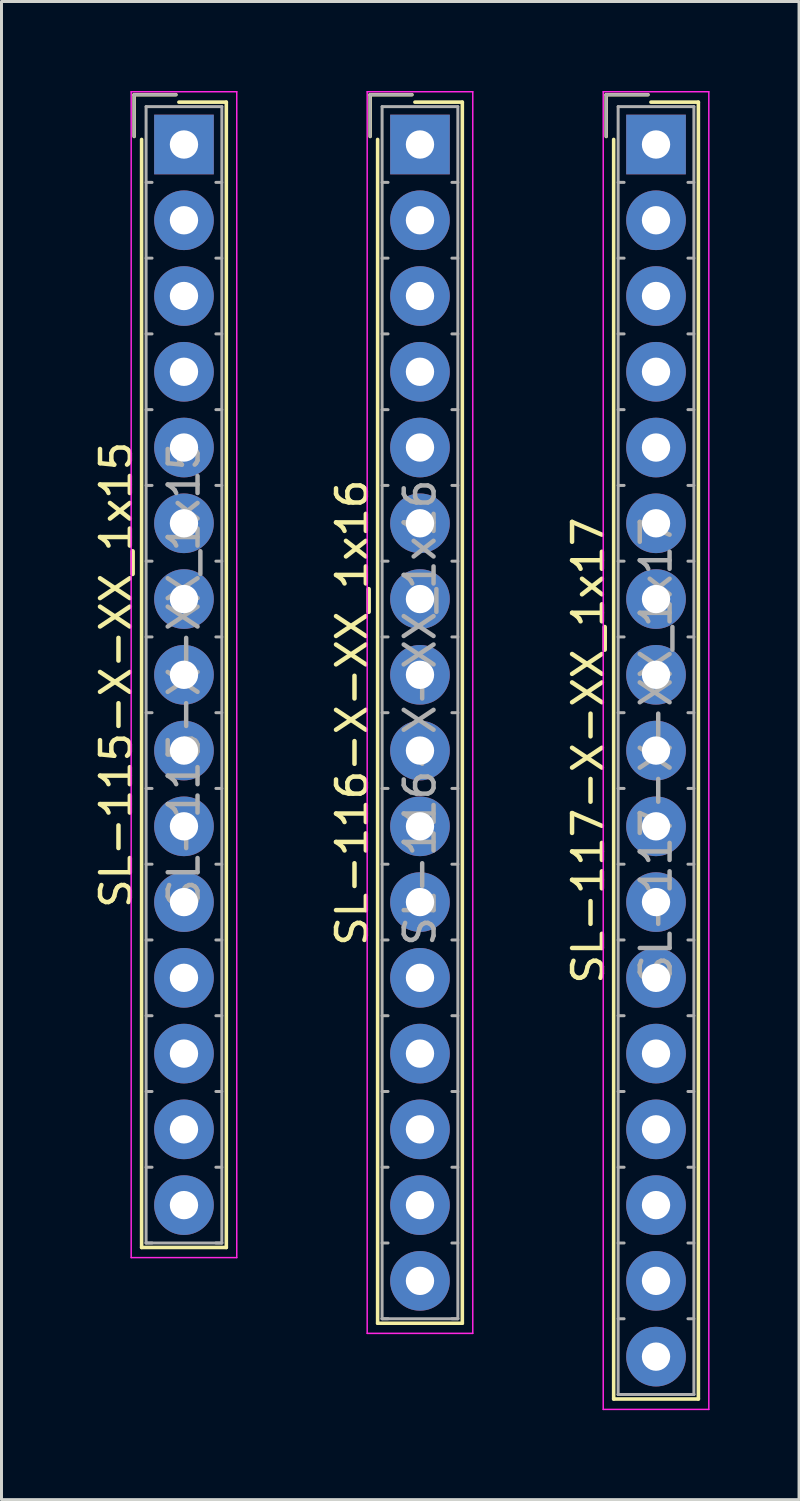
<source format=kicad_pcb>
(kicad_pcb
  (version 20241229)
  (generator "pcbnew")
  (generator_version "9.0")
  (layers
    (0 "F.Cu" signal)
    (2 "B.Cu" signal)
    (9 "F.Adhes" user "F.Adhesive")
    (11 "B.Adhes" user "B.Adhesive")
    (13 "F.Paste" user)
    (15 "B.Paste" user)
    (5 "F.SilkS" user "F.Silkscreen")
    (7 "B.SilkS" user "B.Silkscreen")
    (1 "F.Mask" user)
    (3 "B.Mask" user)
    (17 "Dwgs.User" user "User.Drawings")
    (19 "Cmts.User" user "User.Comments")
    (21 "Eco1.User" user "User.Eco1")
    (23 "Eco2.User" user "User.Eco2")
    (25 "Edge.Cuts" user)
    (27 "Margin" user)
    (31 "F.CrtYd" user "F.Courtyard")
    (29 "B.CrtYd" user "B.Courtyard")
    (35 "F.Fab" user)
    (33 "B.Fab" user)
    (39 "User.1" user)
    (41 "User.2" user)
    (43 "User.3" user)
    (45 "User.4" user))
  (footprint "SL-115-X-XX_1x15"
    (layer "F.Cu")
    (at 3.118 1.795)
    (property "Reference" "SL-115-X-XX_1x15" (at -2.27 17.78 90) (layer "F.SilkS") (effects (font (size 1 1) (thickness 0.15))))
    (attr through_hole)
    (fp_line (start -1.67 -1.67) (end -1.67 -0.27) (stroke (width 0.12) (type solid)) (layer "F.SilkS"))
    (fp_line (start -1.42 36.98) (end -1.42 -0.17) (stroke (width 0.12) (type solid)) (layer "F.SilkS"))
    (fp_line (start -0.27 -1.67) (end -1.67 -1.67) (stroke (width 0.12) (type solid)) (layer "F.SilkS"))
    (fp_line (start -0.17 -1.42) (end 1.42 -1.42) (stroke (width 0.12) (type solid)) (layer "F.SilkS"))
    (fp_line (start 1.42 -1.42) (end 1.42 36.98) (stroke (width 0.12) (type solid)) (layer "F.SilkS"))
    (fp_line (start 1.42 36.98) (end -1.42 36.98) (stroke (width 0.12) (type solid)) (layer "F.SilkS"))
    (fp_line (start -1.77 -1.77) (end -1.77 37.32) (stroke (width 0.05) (type solid)) (layer "F.CrtYd"))
    (fp_line (start -1.77 37.32) (end 1.77 37.32) (stroke (width 0.05) (type solid)) (layer "F.CrtYd"))
    (fp_line (start 1.77 -1.77) (end -1.77 -1.77) (stroke (width 0.05) (type solid)) (layer "F.CrtYd"))
    (fp_line (start 1.77 37.32) (end 1.77 -1.77) (stroke (width 0.05) (type solid)) (layer "F.CrtYd"))
    (fp_line (start -1.67 -1.67) (end -1.67 -0.27) (stroke (width 0.1) (type solid)) (layer "F.Fab"))
    (fp_line (start -1.27 -1.27) (end -1.27 36.83) (stroke (width 0.1) (type solid)) (layer "F.Fab"))
    (fp_line (start -1.27 1.27) (end -1.07 1.27) (stroke (width 0.1) (type solid)) (layer "F.Fab"))
    (fp_line (start -1.27 3.81) (end -1.07 3.81) (stroke (width 0.1) (type solid)) (layer "F.Fab"))
    (fp_line (start -1.27 6.35) (end -1.07 6.35) (stroke (width 0.1) (type solid)) (layer "F.Fab"))
    (fp_line (start -1.27 8.89) (end -1.07 8.89) (stroke (width 0.1) (type solid)) (layer "F.Fab"))
    (fp_line (start -1.27 11.43) (end -1.07 11.43) (stroke (width 0.1) (type solid)) (layer "F.Fab"))
    (fp_line (start -1.27 13.97) (end -1.07 13.97) (stroke (width 0.1) (type solid)) (layer "F.Fab"))
    (fp_line (start -1.27 16.51) (end -1.07 16.51) (stroke (width 0.1) (type solid)) (layer "F.Fab"))
    (fp_line (start -1.27 19.05) (end -1.07 19.05) (stroke (width 0.1) (type solid)) (layer "F.Fab"))
    (fp_line (start -1.27 21.59) (end -1.07 21.59) (stroke (width 0.1) (type solid)) (layer "F.Fab"))
    (fp_line (start -1.27 24.13) (end -1.07 24.13) (stroke (width 0.1) (type solid)) (layer "F.Fab"))
    (fp_line (start -1.27 26.67) (end -1.07 26.67) (stroke (width 0.1) (type solid)) (layer "F.Fab"))
    (fp_line (start -1.27 29.21) (end -1.07 29.21) (stroke (width 0.1) (type solid)) (layer "F.Fab"))
    (fp_line (start -1.27 31.75) (end -1.07 31.75) (stroke (width 0.1) (type solid)) (layer "F.Fab"))
    (fp_line (start -1.27 34.29) (end -1.07 34.29) (stroke (width 0.1) (type solid)) (layer "F.Fab"))
    (fp_line (start -1.27 36.83) (end -1.07 36.83) (stroke (width 0.1) (type solid)) (layer "F.Fab"))
    (fp_line (start -1.27 36.83) (end 1.27 36.83) (stroke (width 0.1) (type solid)) (layer "F.Fab"))
    (fp_line (start -0.27 -1.67) (end -1.67 -1.67) (stroke (width 0.1) (type solid)) (layer "F.Fab"))
    (fp_line (start 1.27 -1.27) (end -1.27 -1.27) (stroke (width 0.1) (type solid)) (layer "F.Fab"))
    (fp_line (start 1.27 1.27) (end 1.07 1.27) (stroke (width 0.1) (type solid)) (layer "F.Fab"))
    (fp_line (start 1.27 3.81) (end 1.07 3.81) (stroke (width 0.1) (type solid)) (layer "F.Fab"))
    (fp_line (start 1.27 6.35) (end 1.07 6.35) (stroke (width 0.1) (type solid)) (layer "F.Fab"))
    (fp_line (start 1.27 8.89) (end 1.07 8.89) (stroke (width 0.1) (type solid)) (layer "F.Fab"))
    (fp_line (start 1.27 11.43) (end 1.07 11.43) (stroke (width 0.1) (type solid)) (layer "F.Fab"))
    (fp_line (start 1.27 13.97) (end 1.07 13.97) (stroke (width 0.1) (type solid)) (layer "F.Fab"))
    (fp_line (start 1.27 16.51) (end 1.07 16.51) (stroke (width 0.1) (type solid)) (layer "F.Fab"))
    (fp_line (start 1.27 19.05) (end 1.07 19.05) (stroke (width 0.1) (type solid)) (layer "F.Fab"))
    (fp_line (start 1.27 21.59) (end 1.07 21.59) (stroke (width 0.1) (type solid)) (layer "F.Fab"))
    (fp_line (start 1.27 24.13) (end 1.07 24.13) (stroke (width 0.1) (type solid)) (layer "F.Fab"))
    (fp_line (start 1.27 26.67) (end 1.07 26.67) (stroke (width 0.1) (type solid)) (layer "F.Fab"))
    (fp_line (start 1.27 29.21) (end 1.07 29.21) (stroke (width 0.1) (type solid)) (layer "F.Fab"))
    (fp_line (start 1.27 31.75) (end 1.07 31.75) (stroke (width 0.1) (type solid)) (layer "F.Fab"))
    (fp_line (start 1.27 34.29) (end 1.07 34.29) (stroke (width 0.1) (type solid)) (layer "F.Fab"))
    (fp_line (start 1.27 36.83) (end 1.07 36.83) (stroke (width 0.1) (type solid)) (layer "F.Fab"))
    (fp_line (start 1.27 36.83) (end 1.27 -1.27) (stroke (width 0.1) (type solid)) (layer "F.Fab"))
    (fp_text user "${REFERENCE}" (at 0 17.78 90) (layer "F.Fab") (effects (font (size 1 1) (thickness 0.15))))
    (pad "1" thru_hole rect (at 0 0) (size 2 2) (drill 0.95) (layers "*.Cu" "*.Mask"))
    (pad "2" thru_hole circle (at 0 2.54) (size 2 2) (drill 0.95) (layers "*.Cu" "*.Mask"))
    (pad "3" thru_hole circle (at 0 5.08) (size 2 2) (drill 0.95) (layers "*.Cu" "*.Mask"))
    (pad "4" thru_hole circle (at 0 7.62) (size 2 2) (drill 0.95) (layers "*.Cu" "*.Mask"))
    (pad "5" thru_hole circle (at 0 10.16) (size 2 2) (drill 0.95) (layers "*.Cu" "*.Mask"))
    (pad "6" thru_hole circle (at 0 12.7) (size 2 2) (drill 0.95) (layers "*.Cu" "*.Mask"))
    (pad "7" thru_hole circle (at 0 15.24) (size 2 2) (drill 0.95) (layers "*.Cu" "*.Mask"))
    (pad "8" thru_hole circle (at 0 17.78) (size 2 2) (drill 0.95) (layers "*.Cu" "*.Mask"))
    (pad "9" thru_hole circle (at 0 20.32) (size 2 2) (drill 0.95) (layers "*.Cu" "*.Mask"))
    (pad "10" thru_hole circle (at 0 22.86) (size 2 2) (drill 0.95) (layers "*.Cu" "*.Mask"))
    (pad "11" thru_hole circle (at 0 25.4) (size 2 2) (drill 0.95) (layers "*.Cu" "*.Mask"))
    (pad "12" thru_hole circle (at 0 27.94) (size 2 2) (drill 0.95) (layers "*.Cu" "*.Mask"))
    (pad "13" thru_hole circle (at 0 30.48) (size 2 2) (drill 0.95) (layers "*.Cu" "*.Mask"))
    (pad "14" thru_hole circle (at 0 33.02) (size 2 2) (drill 0.95) (layers "*.Cu" "*.Mask"))
    (pad "15" thru_hole circle (at 0 35.56) (size 2 2) (drill 0.95) (layers "*.Cu" "*.Mask")))
  (footprint "SL-116-X-XX_1x16"
    (layer "F.Cu")
    (at 11.031 1.795)
    (property "Reference" "SL-116-X-XX_1x16" (at -2.27 19.05 90) (layer "F.SilkS") (effects (font (size 1 1) (thickness 0.15))))
    (attr through_hole)
    (fp_line (start -1.67 -1.67) (end -1.67 -0.27) (stroke (width 0.12) (type solid)) (layer "F.SilkS"))
    (fp_line (start -1.42 39.52) (end -1.42 -0.17) (stroke (width 0.12) (type solid)) (layer "F.SilkS"))
    (fp_line (start -0.27 -1.67) (end -1.67 -1.67) (stroke (width 0.12) (type solid)) (layer "F.SilkS"))
    (fp_line (start -0.17 -1.42) (end 1.42 -1.42) (stroke (width 0.12) (type solid)) (layer "F.SilkS"))
    (fp_line (start 1.42 -1.42) (end 1.42 39.52) (stroke (width 0.12) (type solid)) (layer "F.SilkS"))
    (fp_line (start 1.42 39.52) (end -1.42 39.52) (stroke (width 0.12) (type solid)) (layer "F.SilkS"))
    (fp_line (start -1.77 -1.77) (end -1.77 39.86) (stroke (width 0.05) (type solid)) (layer "F.CrtYd"))
    (fp_line (start -1.77 39.86) (end 1.77 39.86) (stroke (width 0.05) (type solid)) (layer "F.CrtYd"))
    (fp_line (start 1.77 -1.77) (end -1.77 -1.77) (stroke (width 0.05) (type solid)) (layer "F.CrtYd"))
    (fp_line (start 1.77 39.86) (end 1.77 -1.77) (stroke (width 0.05) (type solid)) (layer "F.CrtYd"))
    (fp_line (start -1.67 -1.67) (end -1.67 -0.27) (stroke (width 0.1) (type solid)) (layer "F.Fab"))
    (fp_line (start -1.27 -1.27) (end -1.27 39.37) (stroke (width 0.1) (type solid)) (layer "F.Fab"))
    (fp_line (start -1.27 1.27) (end -1.07 1.27) (stroke (width 0.1) (type solid)) (layer "F.Fab"))
    (fp_line (start -1.27 3.81) (end -1.07 3.81) (stroke (width 0.1) (type solid)) (layer "F.Fab"))
    (fp_line (start -1.27 6.35) (end -1.07 6.35) (stroke (width 0.1) (type solid)) (layer "F.Fab"))
    (fp_line (start -1.27 8.89) (end -1.07 8.89) (stroke (width 0.1) (type solid)) (layer "F.Fab"))
    (fp_line (start -1.27 11.43) (end -1.07 11.43) (stroke (width 0.1) (type solid)) (layer "F.Fab"))
    (fp_line (start -1.27 13.97) (end -1.07 13.97) (stroke (width 0.1) (type solid)) (layer "F.Fab"))
    (fp_line (start -1.27 16.51) (end -1.07 16.51) (stroke (width 0.1) (type solid)) (layer "F.Fab"))
    (fp_line (start -1.27 19.05) (end -1.07 19.05) (stroke (width 0.1) (type solid)) (layer "F.Fab"))
    (fp_line (start -1.27 21.59) (end -1.07 21.59) (stroke (width 0.1) (type solid)) (layer "F.Fab"))
    (fp_line (start -1.27 24.13) (end -1.07 24.13) (stroke (width 0.1) (type solid)) (layer "F.Fab"))
    (fp_line (start -1.27 26.67) (end -1.07 26.67) (stroke (width 0.1) (type solid)) (layer "F.Fab"))
    (fp_line (start -1.27 29.21) (end -1.07 29.21) (stroke (width 0.1) (type solid)) (layer "F.Fab"))
    (fp_line (start -1.27 31.75) (end -1.07 31.75) (stroke (width 0.1) (type solid)) (layer "F.Fab"))
    (fp_line (start -1.27 34.29) (end -1.07 34.29) (stroke (width 0.1) (type solid)) (layer "F.Fab"))
    (fp_line (start -1.27 36.83) (end -1.07 36.83) (stroke (width 0.1) (type solid)) (layer "F.Fab"))
    (fp_line (start -1.27 39.37) (end -1.07 39.37) (stroke (width 0.1) (type solid)) (layer "F.Fab"))
    (fp_line (start -1.27 39.37) (end 1.27 39.37) (stroke (width 0.1) (type solid)) (layer "F.Fab"))
    (fp_line (start -0.27 -1.67) (end -1.67 -1.67) (stroke (width 0.1) (type solid)) (layer "F.Fab"))
    (fp_line (start 1.27 -1.27) (end -1.27 -1.27) (stroke (width 0.1) (type solid)) (layer "F.Fab"))
    (fp_line (start 1.27 1.27) (end 1.07 1.27) (stroke (width 0.1) (type solid)) (layer "F.Fab"))
    (fp_line (start 1.27 3.81) (end 1.07 3.81) (stroke (width 0.1) (type solid)) (layer "F.Fab"))
    (fp_line (start 1.27 6.35) (end 1.07 6.35) (stroke (width 0.1) (type solid)) (layer "F.Fab"))
    (fp_line (start 1.27 8.89) (end 1.07 8.89) (stroke (width 0.1) (type solid)) (layer "F.Fab"))
    (fp_line (start 1.27 11.43) (end 1.07 11.43) (stroke (width 0.1) (type solid)) (layer "F.Fab"))
    (fp_line (start 1.27 13.97) (end 1.07 13.97) (stroke (width 0.1) (type solid)) (layer "F.Fab"))
    (fp_line (start 1.27 16.51) (end 1.07 16.51) (stroke (width 0.1) (type solid)) (layer "F.Fab"))
    (fp_line (start 1.27 19.05) (end 1.07 19.05) (stroke (width 0.1) (type solid)) (layer "F.Fab"))
    (fp_line (start 1.27 21.59) (end 1.07 21.59) (stroke (width 0.1) (type solid)) (layer "F.Fab"))
    (fp_line (start 1.27 24.13) (end 1.07 24.13) (stroke (width 0.1) (type solid)) (layer "F.Fab"))
    (fp_line (start 1.27 26.67) (end 1.07 26.67) (stroke (width 0.1) (type solid)) (layer "F.Fab"))
    (fp_line (start 1.27 29.21) (end 1.07 29.21) (stroke (width 0.1) (type solid)) (layer "F.Fab"))
    (fp_line (start 1.27 31.75) (end 1.07 31.75) (stroke (width 0.1) (type solid)) (layer "F.Fab"))
    (fp_line (start 1.27 34.29) (end 1.07 34.29) (stroke (width 0.1) (type solid)) (layer "F.Fab"))
    (fp_line (start 1.27 36.83) (end 1.07 36.83) (stroke (width 0.1) (type solid)) (layer "F.Fab"))
    (fp_line (start 1.27 39.37) (end 1.07 39.37) (stroke (width 0.1) (type solid)) (layer "F.Fab"))
    (fp_line (start 1.27 39.37) (end 1.27 -1.27) (stroke (width 0.1) (type solid)) (layer "F.Fab"))
    (fp_text user "${REFERENCE}" (at 0 19.05 90) (layer "F.Fab") (effects (font (size 1 1) (thickness 0.15))))
    (pad "1" thru_hole rect (at 0 0) (size 2 2) (drill 0.95) (layers "*.Cu" "*.Mask"))
    (pad "2" thru_hole circle (at 0 2.54) (size 2 2) (drill 0.95) (layers "*.Cu" "*.Mask"))
    (pad "3" thru_hole circle (at 0 5.08) (size 2 2) (drill 0.95) (layers "*.Cu" "*.Mask"))
    (pad "4" thru_hole circle (at 0 7.62) (size 2 2) (drill 0.95) (layers "*.Cu" "*.Mask"))
    (pad "5" thru_hole circle (at 0 10.16) (size 2 2) (drill 0.95) (layers "*.Cu" "*.Mask"))
    (pad "6" thru_hole circle (at 0 12.7) (size 2 2) (drill 0.95) (layers "*.Cu" "*.Mask"))
    (pad "7" thru_hole circle (at 0 15.24) (size 2 2) (drill 0.95) (layers "*.Cu" "*.Mask"))
    (pad "8" thru_hole circle (at 0 17.78) (size 2 2) (drill 0.95) (layers "*.Cu" "*.Mask"))
    (pad "9" thru_hole circle (at 0 20.32) (size 2 2) (drill 0.95) (layers "*.Cu" "*.Mask"))
    (pad "10" thru_hole circle (at 0 22.86) (size 2 2) (drill 0.95) (layers "*.Cu" "*.Mask"))
    (pad "11" thru_hole circle (at 0 25.4) (size 2 2) (drill 0.95) (layers "*.Cu" "*.Mask"))
    (pad "12" thru_hole circle (at 0 27.94) (size 2 2) (drill 0.95) (layers "*.Cu" "*.Mask"))
    (pad "13" thru_hole circle (at 0 30.48) (size 2 2) (drill 0.95) (layers "*.Cu" "*.Mask"))
    (pad "14" thru_hole circle (at 0 33.02) (size 2 2) (drill 0.95) (layers "*.Cu" "*.Mask"))
    (pad "15" thru_hole circle (at 0 35.56) (size 2 2) (drill 0.95) (layers "*.Cu" "*.Mask"))
    (pad "16" thru_hole circle (at 0 38.1) (size 2 2) (drill 0.95) (layers "*.Cu" "*.Mask")))
  (footprint "SL-117-X-XX_1x17"
    (layer "F.Cu")
    (at 18.945 1.795)
    (property "Reference" "SL-117-X-XX_1x17" (at -2.27 20.32 90) (layer "F.SilkS") (effects (font (size 1 1) (thickness 0.15))))
    (attr through_hole)
    (fp_line (start -1.67 -1.67) (end -1.67 -0.27) (stroke (width 0.12) (type solid)) (layer "F.SilkS"))
    (fp_line (start -1.42 42.06) (end -1.42 -0.17) (stroke (width 0.12) (type solid)) (layer "F.SilkS"))
    (fp_line (start -0.27 -1.67) (end -1.67 -1.67) (stroke (width 0.12) (type solid)) (layer "F.SilkS"))
    (fp_line (start -0.17 -1.42) (end 1.42 -1.42) (stroke (width 0.12) (type solid)) (layer "F.SilkS"))
    (fp_line (start 1.42 -1.42) (end 1.42 42.06) (stroke (width 0.12) (type solid)) (layer "F.SilkS"))
    (fp_line (start 1.42 42.06) (end -1.42 42.06) (stroke (width 0.12) (type solid)) (layer "F.SilkS"))
    (fp_line (start -1.77 -1.77) (end -1.77 42.41) (stroke (width 0.05) (type solid)) (layer "F.CrtYd"))
    (fp_line (start -1.77 42.41) (end 1.77 42.41) (stroke (width 0.05) (type solid)) (layer "F.CrtYd"))
    (fp_line (start 1.77 -1.77) (end -1.77 -1.77) (stroke (width 0.05) (type solid)) (layer "F.CrtYd"))
    (fp_line (start 1.77 42.41) (end 1.77 -1.77) (stroke (width 0.05) (type solid)) (layer "F.CrtYd"))
    (fp_line (start -1.67 -1.67) (end -1.67 -0.27) (stroke (width 0.1) (type solid)) (layer "F.Fab"))
    (fp_line (start -1.27 -1.27) (end -1.27 41.91) (stroke (width 0.1) (type solid)) (layer "F.Fab"))
    (fp_line (start -1.27 1.27) (end -1.07 1.27) (stroke (width 0.1) (type solid)) (layer "F.Fab"))
    (fp_line (start -1.27 3.81) (end -1.07 3.81) (stroke (width 0.1) (type solid)) (layer "F.Fab"))
    (fp_line (start -1.27 6.35) (end -1.07 6.35) (stroke (width 0.1) (type solid)) (layer "F.Fab"))
    (fp_line (start -1.27 8.89) (end -1.07 8.89) (stroke (width 0.1) (type solid)) (layer "F.Fab"))
    (fp_line (start -1.27 11.43) (end -1.07 11.43) (stroke (width 0.1) (type solid)) (layer "F.Fab"))
    (fp_line (start -1.27 13.97) (end -1.07 13.97) (stroke (width 0.1) (type solid)) (layer "F.Fab"))
    (fp_line (start -1.27 16.51) (end -1.07 16.51) (stroke (width 0.1) (type solid)) (layer "F.Fab"))
    (fp_line (start -1.27 19.05) (end -1.07 19.05) (stroke (width 0.1) (type solid)) (layer "F.Fab"))
    (fp_line (start -1.27 21.59) (end -1.07 21.59) (stroke (width 0.1) (type solid)) (layer "F.Fab"))
    (fp_line (start -1.27 24.13) (end -1.07 24.13) (stroke (width 0.1) (type solid)) (layer "F.Fab"))
    (fp_line (start -1.27 26.67) (end -1.07 26.67) (stroke (width 0.1) (type solid)) (layer "F.Fab"))
    (fp_line (start -1.27 29.21) (end -1.07 29.21) (stroke (width 0.1) (type solid)) (layer "F.Fab"))
    (fp_line (start -1.27 31.75) (end -1.07 31.75) (stroke (width 0.1) (type solid)) (layer "F.Fab"))
    (fp_line (start -1.27 34.29) (end -1.07 34.29) (stroke (width 0.1) (type solid)) (layer "F.Fab"))
    (fp_line (start -1.27 36.83) (end -1.07 36.83) (stroke (width 0.1) (type solid)) (layer "F.Fab"))
    (fp_line (start -1.27 39.37) (end -1.07 39.37) (stroke (width 0.1) (type solid)) (layer "F.Fab"))
    (fp_line (start -1.27 41.91) (end -1.07 41.91) (stroke (width 0.1) (type solid)) (layer "F.Fab"))
    (fp_line (start -1.27 41.91) (end 1.27 41.91) (stroke (width 0.1) (type solid)) (layer "F.Fab"))
    (fp_line (start -0.27 -1.67) (end -1.67 -1.67) (stroke (width 0.1) (type solid)) (layer "F.Fab"))
    (fp_line (start 1.27 -1.27) (end -1.27 -1.27) (stroke (width 0.1) (type solid)) (layer "F.Fab"))
    (fp_line (start 1.27 1.27) (end 1.07 1.27) (stroke (width 0.1) (type solid)) (layer "F.Fab"))
    (fp_line (start 1.27 3.81) (end 1.07 3.81) (stroke (width 0.1) (type solid)) (layer "F.Fab"))
    (fp_line (start 1.27 6.35) (end 1.07 6.35) (stroke (width 0.1) (type solid)) (layer "F.Fab"))
    (fp_line (start 1.27 8.89) (end 1.07 8.89) (stroke (width 0.1) (type solid)) (layer "F.Fab"))
    (fp_line (start 1.27 11.43) (end 1.07 11.43) (stroke (width 0.1) (type solid)) (layer "F.Fab"))
    (fp_line (start 1.27 13.97) (end 1.07 13.97) (stroke (width 0.1) (type solid)) (layer "F.Fab"))
    (fp_line (start 1.27 16.51) (end 1.07 16.51) (stroke (width 0.1) (type solid)) (layer "F.Fab"))
    (fp_line (start 1.27 19.05) (end 1.07 19.05) (stroke (width 0.1) (type solid)) (layer "F.Fab"))
    (fp_line (start 1.27 21.59) (end 1.07 21.59) (stroke (width 0.1) (type solid)) (layer "F.Fab"))
    (fp_line (start 1.27 24.13) (end 1.07 24.13) (stroke (width 0.1) (type solid)) (layer "F.Fab"))
    (fp_line (start 1.27 26.67) (end 1.07 26.67) (stroke (width 0.1) (type solid)) (layer "F.Fab"))
    (fp_line (start 1.27 29.21) (end 1.07 29.21) (stroke (width 0.1) (type solid)) (layer "F.Fab"))
    (fp_line (start 1.27 31.75) (end 1.07 31.75) (stroke (width 0.1) (type solid)) (layer "F.Fab"))
    (fp_line (start 1.27 34.29) (end 1.07 34.29) (stroke (width 0.1) (type solid)) (layer "F.Fab"))
    (fp_line (start 1.27 36.83) (end 1.07 36.83) (stroke (width 0.1) (type solid)) (layer "F.Fab"))
    (fp_line (start 1.27 39.37) (end 1.07 39.37) (stroke (width 0.1) (type solid)) (layer "F.Fab"))
    (fp_line (start 1.27 41.91) (end 1.07 41.91) (stroke (width 0.1) (type solid)) (layer "F.Fab"))
    (fp_line (start 1.27 41.91) (end 1.27 -1.27) (stroke (width 0.1) (type solid)) (layer "F.Fab"))
    (fp_text user "${REFERENCE}" (at 0 20.32 90) (layer "F.Fab") (effects (font (size 1 1) (thickness 0.15))))
    (pad "1" thru_hole rect (at 0 0) (size 2 2) (drill 0.95) (layers "*.Cu" "*.Mask"))
    (pad "2" thru_hole circle (at 0 2.54) (size 2 2) (drill 0.95) (layers "*.Cu" "*.Mask"))
    (pad "3" thru_hole circle (at 0 5.08) (size 2 2) (drill 0.95) (layers "*.Cu" "*.Mask"))
    (pad "4" thru_hole circle (at 0 7.62) (size 2 2) (drill 0.95) (layers "*.Cu" "*.Mask"))
    (pad "5" thru_hole circle (at 0 10.16) (size 2 2) (drill 0.95) (layers "*.Cu" "*.Mask"))
    (pad "6" thru_hole circle (at 0 12.7) (size 2 2) (drill 0.95) (layers "*.Cu" "*.Mask"))
    (pad "7" thru_hole circle (at 0 15.24) (size 2 2) (drill 0.95) (layers "*.Cu" "*.Mask"))
    (pad "8" thru_hole circle (at 0 17.78) (size 2 2) (drill 0.95) (layers "*.Cu" "*.Mask"))
    (pad "9" thru_hole circle (at 0 20.32) (size 2 2) (drill 0.95) (layers "*.Cu" "*.Mask"))
    (pad "10" thru_hole circle (at 0 22.86) (size 2 2) (drill 0.95) (layers "*.Cu" "*.Mask"))
    (pad "11" thru_hole circle (at 0 25.4) (size 2 2) (drill 0.95) (layers "*.Cu" "*.Mask"))
    (pad "12" thru_hole circle (at 0 27.94) (size 2 2) (drill 0.95) (layers "*.Cu" "*.Mask"))
    (pad "13" thru_hole circle (at 0 30.48) (size 2 2) (drill 0.95) (layers "*.Cu" "*.Mask"))
    (pad "14" thru_hole circle (at 0 33.02) (size 2 2) (drill 0.95) (layers "*.Cu" "*.Mask"))
    (pad "15" thru_hole circle (at 0 35.56) (size 2 2) (drill 0.95) (layers "*.Cu" "*.Mask"))
    (pad "16" thru_hole circle (at 0 38.1) (size 2 2) (drill 0.95) (layers "*.Cu" "*.Mask"))
    (pad "17" thru_hole circle (at 0 40.64) (size 2 2) (drill 0.95) (layers "*.Cu" "*.Mask")))
  (gr_rect
    (start -3 -3)
    (end 23.74 47.23)
    (stroke (width 0.1) (type default))
    (fill no)
    (layer "Edge.Cuts")))
</source>
